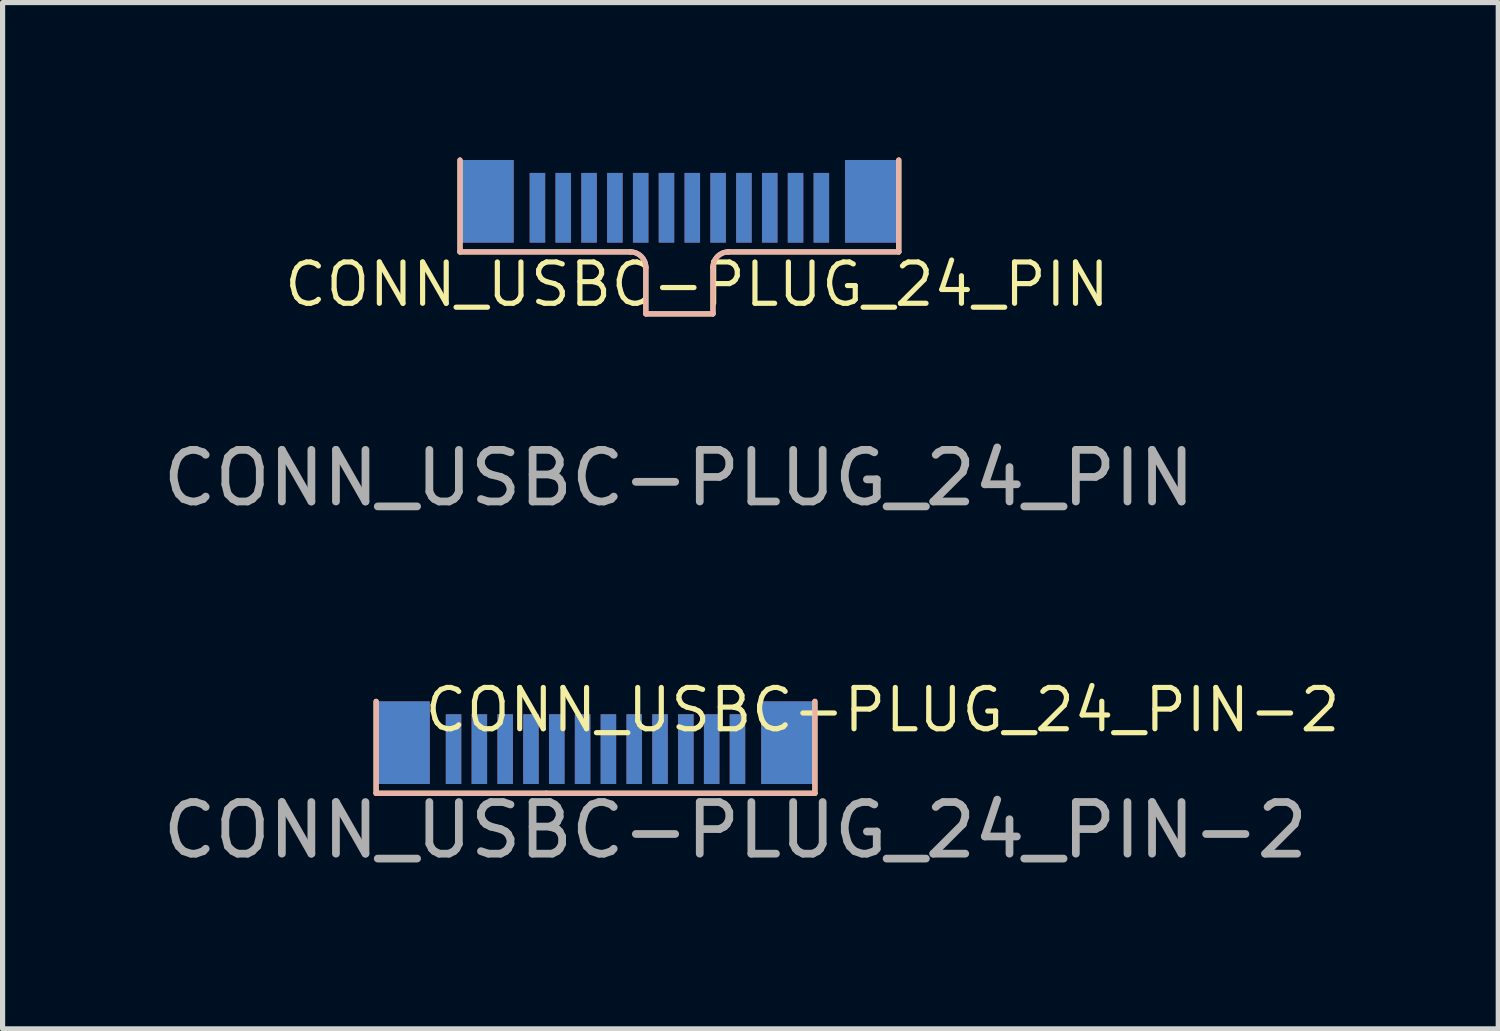
<source format=kicad_pcb>
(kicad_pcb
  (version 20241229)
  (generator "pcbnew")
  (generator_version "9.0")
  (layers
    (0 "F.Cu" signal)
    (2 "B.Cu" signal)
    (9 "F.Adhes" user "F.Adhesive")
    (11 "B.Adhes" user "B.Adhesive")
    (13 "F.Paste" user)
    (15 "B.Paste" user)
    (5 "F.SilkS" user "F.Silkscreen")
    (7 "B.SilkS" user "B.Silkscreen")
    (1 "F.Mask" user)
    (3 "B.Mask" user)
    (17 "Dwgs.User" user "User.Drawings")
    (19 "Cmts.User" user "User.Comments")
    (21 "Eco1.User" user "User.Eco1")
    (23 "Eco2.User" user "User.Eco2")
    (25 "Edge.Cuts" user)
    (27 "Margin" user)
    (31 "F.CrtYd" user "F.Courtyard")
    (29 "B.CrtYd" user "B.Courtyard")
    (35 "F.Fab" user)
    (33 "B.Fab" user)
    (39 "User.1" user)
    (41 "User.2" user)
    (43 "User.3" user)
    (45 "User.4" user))
  (footprint "CONN_USBC-PLUG_24_PIN-2"
    (layer "F.Cu")
    (at 8.456 12.307)
    (property "Reference" "CONN_USBC-PLUG_24_PIN-2" (at 5.59 -1.605 0) (unlocked yes) (layer "F.SilkS") (effects (font (size 0.8 0.8) (thickness 0.1))))
    (attr smd)
    (fp_line (start -4.22 0.01) (end -4.22 -1.77) (stroke (width 0.1) (type solid)) (layer "F.SilkS"))
    (fp_line (start -0.92 0.01) (end -4.22 0.01) (stroke (width 0.1) (type solid)) (layer "F.SilkS"))
    (fp_line (start -0.92 0.01) (end 4.28 0.01) (stroke (width 0.1) (type solid)) (layer "F.SilkS"))
    (fp_line (start 4.28 0.01) (end 4.28 -1.77) (stroke (width 0.1) (type solid)) (layer "F.SilkS"))
    (fp_line (start -4.22 0.01) (end -4.22 -1.77) (stroke (width 0.1) (type solid)) (layer "B.SilkS"))
    (fp_line (start -0.92 0.01) (end -4.22 0.01) (stroke (width 0.1) (type solid)) (layer "B.SilkS"))
    (fp_line (start -0.92 0.01) (end 4.28 0.01) (stroke (width 0.1) (type solid)) (layer "B.SilkS"))
    (fp_line (start 4.28 0.01) (end 4.28 -1.77) (stroke (width 0.1) (type solid)) (layer "B.SilkS"))
    (fp_text user "${REFERENCE}" (at 2.74 0.725 0) (unlocked yes) (layer "F.Fab") (effects (font (size 1 1) (thickness 0.15))))
    (pad "A1" smd rect (at 2.78 -0.845) (size 0.3 1.35) (layers "F.Cu" "F.Mask" "F.Paste"))
    (pad "A2" smd rect (at 2.28 -0.845) (size 0.3 1.35) (layers "F.Cu" "F.Mask" "F.Paste"))
    (pad "A3" smd rect (at 1.78 -0.845) (size 0.3 1.35) (layers "F.Cu" "F.Mask" "F.Paste"))
    (pad "A4" smd rect (at 1.28 -0.845) (size 0.3 1.35) (layers "F.Cu" "F.Mask" "F.Paste"))
    (pad "A5" smd rect (at 0.78 -0.845) (size 0.3 1.35) (layers "F.Cu" "F.Mask" "F.Paste"))
    (pad "A6" smd rect (at 0.28 -0.845) (size 0.3 1.35) (layers "F.Cu" "F.Mask" "F.Paste"))
    (pad "A7" smd rect (at -0.22 -0.845) (size 0.3 1.35) (layers "F.Cu" "F.Mask" "F.Paste"))
    (pad "A8" smd rect (at -0.72 -0.845) (size 0.3 1.35) (layers "F.Cu" "F.Mask" "F.Paste"))
    (pad "A9" smd rect (at -1.22 -0.845) (size 0.3 1.35) (layers "F.Cu" "F.Mask" "F.Paste"))
    (pad "A10" smd rect (at -1.72 -0.845) (size 0.3 1.35) (layers "F.Cu" "F.Mask" "F.Paste"))
    (pad "A11" smd rect (at -2.22 -0.845) (size 0.3 1.35) (layers "F.Cu" "F.Mask" "F.Paste"))
    (pad "A12" smd rect (at -2.72 -0.845) (size 0.3 1.35) (layers "F.Cu" "F.Mask" "F.Paste"))
    (pad "B1" smd rect (at -2.72 -0.845) (size 0.3 1.35) (layers "B.Cu" "B.Mask" "B.Paste"))
    (pad "B2" smd rect (at -2.22 -0.845) (size 0.3 1.35) (layers "B.Cu" "B.Mask" "B.Paste"))
    (pad "B3" smd rect (at -1.72 -0.845) (size 0.3 1.35) (layers "B.Cu" "B.Mask" "B.Paste"))
    (pad "B4" smd rect (at -1.22 -0.845) (size 0.3 1.35) (layers "B.Cu" "B.Mask" "B.Paste"))
    (pad "B5" smd rect (at -0.72 -0.845) (size 0.3 1.35) (layers "B.Cu" "B.Mask" "B.Paste"))
    (pad "B6" smd rect (at -0.22 -0.845) (size 0.3 1.35) (layers "B.Cu" "B.Mask" "B.Paste"))
    (pad "B7" smd rect (at 0.28 -0.845) (size 0.3 1.35) (layers "B.Cu" "B.Mask" "B.Paste"))
    (pad "B8" smd rect (at 0.78 -0.845) (size 0.3 1.35) (layers "B.Cu" "B.Mask" "B.Paste"))
    (pad "B9" smd rect (at 1.28 -0.845) (size 0.3 1.35) (layers "B.Cu" "B.Mask" "B.Paste"))
    (pad "B10" smd rect (at 1.78 -0.845) (size 0.3 1.35) (layers "B.Cu" "B.Mask" "B.Paste"))
    (pad "B11" smd rect (at 2.28 -0.845) (size 0.3 1.35) (layers "B.Cu" "B.Mask" "B.Paste"))
    (pad "B12" smd rect (at 2.78 -0.845) (size 0.3 1.35) (layers "B.Cu" "B.Mask" "B.Paste"))
    (pad "S" smd rect (at -3.7 -0.97) (size 1.04 1.6) (layers "F.Cu" "F.Mask" "F.Paste"))
    (pad "S" smd rect (at -3.7 -0.97) (size 1.04 1.6) (layers "B.Cu" "B.Mask" "B.Paste"))
    (pad "S" smd rect (at 3.76 -0.97) (size 1.04 1.6) (layers "F.Cu" "F.Mask" "F.Paste"))
    (pad "S" smd rect (at 3.76 -0.97) (size 1.04 1.6) (layers "B.Cu" "B.Mask" "B.Paste")))
  (footprint "CONN_USBC-PLUG_24_PIN"
    (layer "F.Cu")
    (at 10.081 1.82)
    (property "Reference" "CONN_USBC-PLUG_24_PIN" (at 0.37 0.64 0) (unlocked yes) (layer "F.SilkS") (effects (font (size 0.8 0.8) (thickness 0.1))))
    (attr smd)
    (fp_line (start -4.22 0.01) (end -4.22 -1.77) (stroke (width 0.1) (type solid)) (layer "F.SilkS"))
    (fp_line (start -0.92 0.01) (end -4.22 0.01) (stroke (width 0.1) (type solid)) (layer "F.SilkS"))
    (fp_line (start -0.62 1.21) (end -0.62 0.31) (stroke (width 0.1) (type solid)) (layer "F.SilkS"))
    (fp_line (start -0.62 1.21) (end 0.68 1.21) (stroke (width 0.1) (type solid)) (layer "F.SilkS"))
    (fp_line (start 0.68 1.21) (end 0.68 0.31) (stroke (width 0.1) (type solid)) (layer "F.SilkS"))
    (fp_line (start 0.98 0.01) (end 4.28 0.01) (stroke (width 0.1) (type solid)) (layer "F.SilkS"))
    (fp_line (start 4.28 0.01) (end 4.28 -1.77) (stroke (width 0.1) (type solid)) (layer "F.SilkS"))
    (fp_arc (start -0.92 0.01) (mid -0.707868 0.097868) (end -0.62 0.31) (stroke (width 0.1) (type solid)) (layer "F.SilkS"))
    (fp_arc (start 0.68 0.31) (mid 0.767868 0.097868) (end 0.98 0.01) (stroke (width 0.1) (type solid)) (layer "F.SilkS"))
    (fp_line (start -4.22 0.01) (end -4.22 -1.77) (stroke (width 0.1) (type solid)) (layer "B.SilkS"))
    (fp_line (start -0.92 0.01) (end -4.22 0.01) (stroke (width 0.1) (type solid)) (layer "B.SilkS"))
    (fp_line (start -0.62 1.21) (end -0.62 0.31) (stroke (width 0.1) (type solid)) (layer "B.SilkS"))
    (fp_line (start -0.62 1.21) (end 0.68 1.21) (stroke (width 0.1) (type solid)) (layer "B.SilkS"))
    (fp_line (start 0.68 1.21) (end 0.68 0.31) (stroke (width 0.1) (type solid)) (layer "B.SilkS"))
    (fp_line (start 0.98 0.01) (end 4.28 0.01) (stroke (width 0.1) (type solid)) (layer "B.SilkS"))
    (fp_line (start 4.28 0.01) (end 4.28 -1.77) (stroke (width 0.1) (type solid)) (layer "B.SilkS"))
    (fp_arc (start -0.92 0.01) (mid -0.707868 0.097868) (end -0.62 0.31) (stroke (width 0.1) (type solid)) (layer "B.SilkS"))
    (fp_arc (start 0.68 0.31) (mid 0.767868 0.097868) (end 0.98 0.01) (stroke (width 0.1) (type solid)) (layer "B.SilkS"))
    (fp_text user "${REFERENCE}" (at 0.02 4.39 0) (unlocked yes) (layer "F.Fab") (effects (font (size 1 1) (thickness 0.15))))
    (pad "A1" smd rect (at 2.78 -0.845) (size 0.3 1.35) (layers "F.Cu" "F.Mask" "F.Paste"))
    (pad "A2" smd rect (at 2.28 -0.845) (size 0.3 1.35) (layers "F.Cu" "F.Mask" "F.Paste"))
    (pad "A3" smd rect (at 1.78 -0.845) (size 0.3 1.35) (layers "F.Cu" "F.Mask" "F.Paste"))
    (pad "A4" smd rect (at 1.28 -0.845) (size 0.3 1.35) (layers "F.Cu" "F.Mask" "F.Paste"))
    (pad "A5" smd rect (at 0.78 -0.845) (size 0.3 1.35) (layers "F.Cu" "F.Mask" "F.Paste"))
    (pad "A6" smd rect (at 0.28 -0.845) (size 0.3 1.35) (layers "F.Cu" "F.Mask" "F.Paste"))
    (pad "A7" smd rect (at -0.22 -0.845) (size 0.3 1.35) (layers "F.Cu" "F.Mask" "F.Paste"))
    (pad "A8" smd rect (at -0.72 -0.845) (size 0.3 1.35) (layers "F.Cu" "F.Mask" "F.Paste"))
    (pad "A9" smd rect (at -1.22 -0.845) (size 0.3 1.35) (layers "F.Cu" "F.Mask" "F.Paste"))
    (pad "A10" smd rect (at -1.72 -0.845) (size 0.3 1.35) (layers "F.Cu" "F.Mask" "F.Paste"))
    (pad "A11" smd rect (at -2.22 -0.845) (size 0.3 1.35) (layers "F.Cu" "F.Mask" "F.Paste"))
    (pad "A12" smd rect (at -2.72 -0.845) (size 0.3 1.35) (layers "F.Cu" "F.Mask" "F.Paste"))
    (pad "B1" smd rect (at -2.72 -0.845) (size 0.3 1.35) (layers "B.Cu" "B.Mask" "B.Paste"))
    (pad "B2" smd rect (at -2.22 -0.845) (size 0.3 1.35) (layers "B.Cu" "B.Mask" "B.Paste"))
    (pad "B3" smd rect (at -1.72 -0.845) (size 0.3 1.35) (layers "B.Cu" "B.Mask" "B.Paste"))
    (pad "B4" smd rect (at -1.22 -0.845) (size 0.3 1.35) (layers "B.Cu" "B.Mask" "B.Paste"))
    (pad "B5" smd rect (at -0.72 -0.845) (size 0.3 1.35) (layers "B.Cu" "B.Mask" "B.Paste"))
    (pad "B6" smd rect (at -0.22 -0.845) (size 0.3 1.35) (layers "B.Cu" "B.Mask" "B.Paste"))
    (pad "B7" smd rect (at 0.28 -0.845) (size 0.3 1.35) (layers "B.Cu" "B.Mask" "B.Paste"))
    (pad "B8" smd rect (at 0.78 -0.845) (size 0.3 1.35) (layers "B.Cu" "B.Mask" "B.Paste"))
    (pad "B9" smd rect (at 1.28 -0.845) (size 0.3 1.35) (layers "B.Cu" "B.Mask" "B.Paste"))
    (pad "B10" smd rect (at 1.78 -0.845) (size 0.3 1.35) (layers "B.Cu" "B.Mask" "B.Paste"))
    (pad "B11" smd rect (at 2.28 -0.845) (size 0.3 1.35) (layers "B.Cu" "B.Mask" "B.Paste"))
    (pad "B12" smd rect (at 2.78 -0.845) (size 0.3 1.35) (layers "B.Cu" "B.Mask" "B.Paste"))
    (pad "S" smd rect (at -3.7 -0.97) (size 1.04 1.6) (layers "F.Cu" "F.Mask" "F.Paste"))
    (pad "S" smd rect (at -3.7 -0.97) (size 1.04 1.6) (layers "B.Cu" "B.Mask" "B.Paste"))
    (pad "S" smd rect (at 3.76 -0.97) (size 1.04 1.6) (layers "F.Cu" "F.Mask" "F.Paste"))
    (pad "S" smd rect (at 3.76 -0.97) (size 1.04 1.6) (layers "B.Cu" "B.Mask" "B.Paste")))
  (gr_rect
    (start -3 -3)
    (end 25.974 16.88)
    (stroke (width 0.1) (type default))
    (fill no)
    (layer "Edge.Cuts")))
</source>
